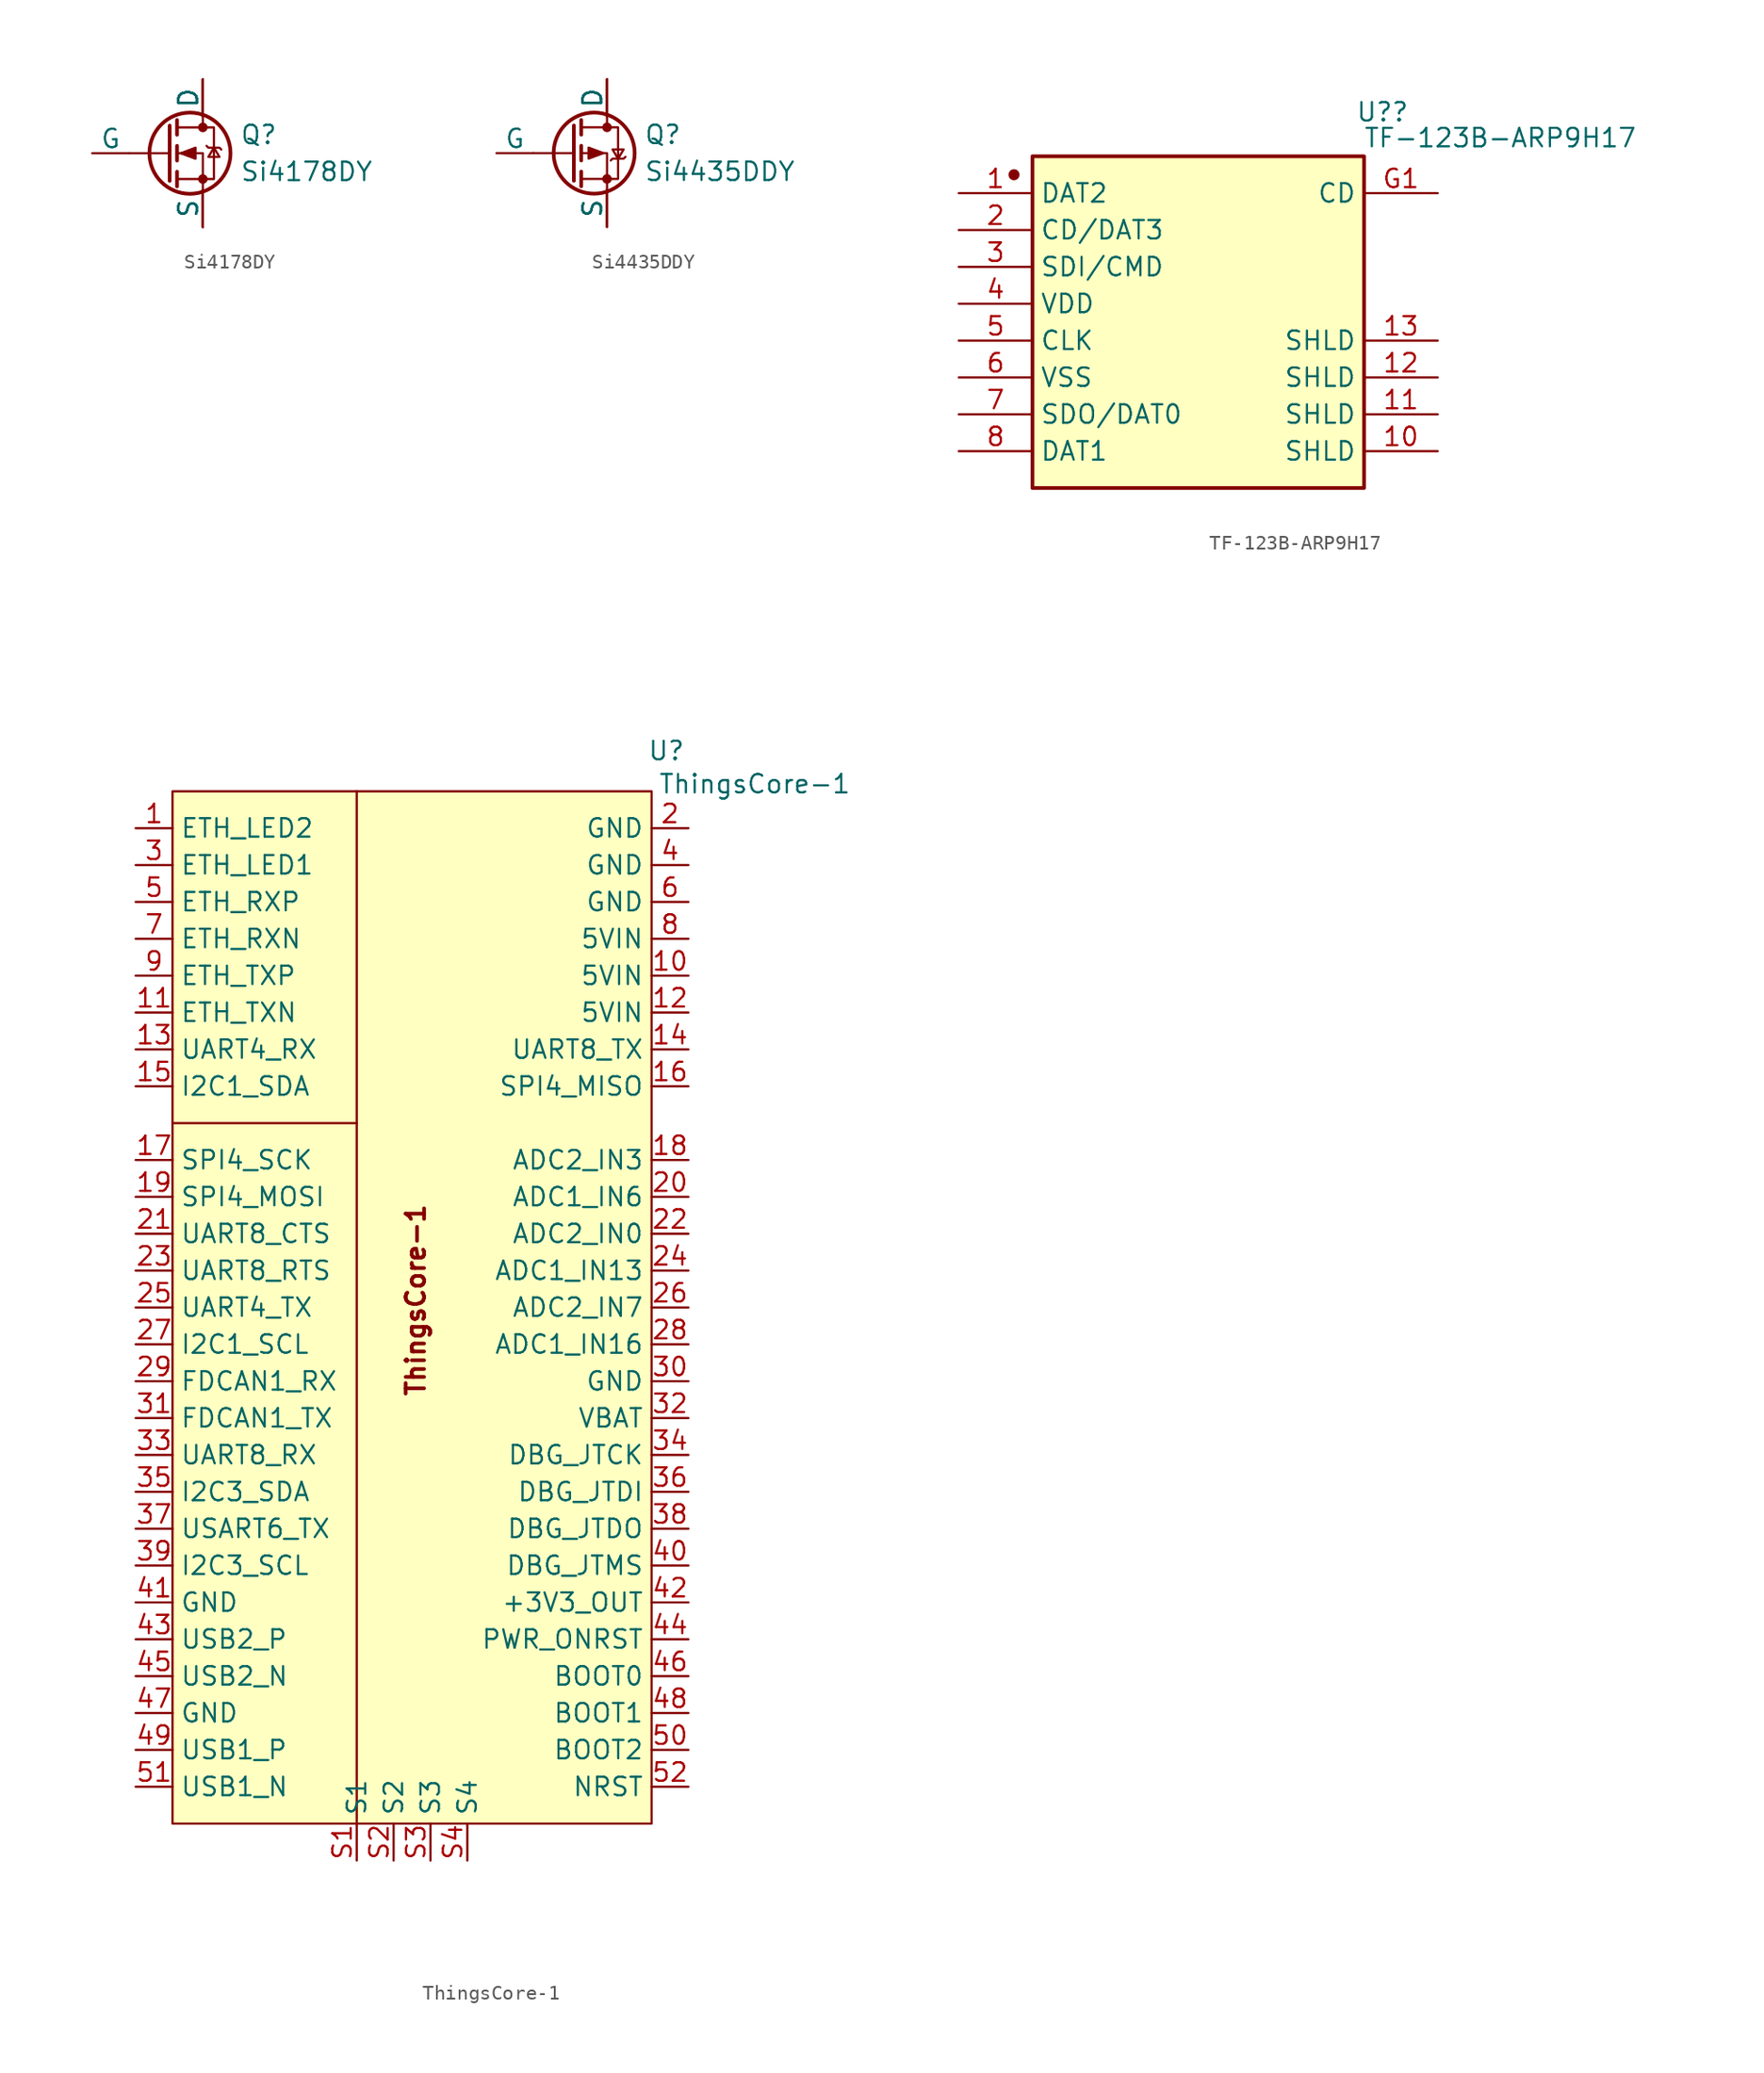
<source format=kicad_sym>
(kicad_symbol_lib
  (version 20241209)
  (generator "kicad_symbol_editor")
  (generator_version "9.0")
  (symbol "Si4178DY"
    (pin_numbers
      (hide yes))
    (pin_names
      (offset 0))
    (property "Reference" "Q"
      (at 5.08 1.27 0)
      (effects (font (size 1.27 1.27)) (justify left)))
    (property "Value" "Si4178DY"
      (at 5.08 -1.27 0)
      (effects (font (size 1.27 1.27)) (justify left)))
    (symbol "Si4178DY_0_1"
      (polyline (pts (xy 0.254 1.905) (xy 0.254 -1.905)) (stroke (width 0.254) (type default)) (fill (type none)))
      (polyline (pts (xy 0.254 0) (xy -2.54 0)) (stroke (width 0) (type default)) (fill (type none)))
      (polyline (pts (xy 0.762 2.286) (xy 0.762 1.27)) (stroke (width 0.254) (type default)) (fill (type none)))
      (polyline (pts (xy 0.762 0.508) (xy 0.762 -0.508)) (stroke (width 0.254) (type default)) (fill (type none)))
      (polyline (pts (xy 0.762 -1.27) (xy 0.762 -2.286)) (stroke (width 0.254) (type default)) (fill (type none)))
      (polyline (pts (xy 0.762 -1.778) (xy 3.302 -1.778) (xy 3.302 1.778) (xy 0.762 1.778)) (stroke (width 0) (type default)) (fill (type none)))
      (polyline (pts (xy 1.016 0) (xy 2.032 0.381) (xy 2.032 -0.381) (xy 1.016 0)) (stroke (width 0) (type default)) (fill (type outline)))
      (circle (center 1.651 0) (radius 2.794) (stroke (width 0.254) (type default)) (fill (type none)))
      (polyline (pts (xy 2.54 2.54) (xy 2.54 1.778)) (stroke (width 0) (type default)) (fill (type none)))
      (circle (center 2.54 1.778) (radius 0.254) (stroke (width 0) (type default)) (fill (type outline)))
      (circle (center 2.54 -1.778) (radius 0.254) (stroke (width 0) (type default)) (fill (type outline)))
      (polyline (pts (xy 2.54 -2.54) (xy 2.54 0) (xy 0.762 0)) (stroke (width 0) (type default)) (fill (type none)))
      (polyline (pts (xy 2.794 0.508) (xy 2.921 0.381) (xy 3.683 0.381) (xy 3.81 0.254)) (stroke (width 0) (type default)) (fill (type none)))
      (polyline (pts (xy 3.302 0.381) (xy 2.921 -0.254) (xy 3.683 -0.254) (xy 3.302 0.381)) (stroke (width 0) (type default)) (fill (type none))))
    (symbol "Si4178DY_1_1"
      (pin input line (at -5.08 0 0) (length 2.54) (name "G" (effects (font (size 1.27 1.27)))) (number "4" (effects (font (size 1.27 1.27)))))
      (pin passive line (at 2.54 5.08 270) (length 2.54) (name "D" (effects (font (size 1.27 1.27)))) (number "5" (effects (font (size 1.27 1.27)))))
      (pin passive line (at 2.54 5.08 270) (length 2.54) (name "D" (effects (font (size 1.27 1.27)))) (number "6" (effects (font (size 1.27 1.27)))))
      (pin passive line (at 2.54 5.08 270) (length 2.54) (name "D" (effects (font (size 1.27 1.27)))) (number "7" (effects (font (size 1.27 1.27)))))
      (pin passive line (at 2.54 5.08 270) (length 2.54) (name "D" (effects (font (size 1.27 1.27)))) (number "8" (effects (font (size 1.27 1.27)))))
      (pin passive line (at 2.54 -5.08 90) (length 2.54) (name "S" (effects (font (size 1.27 1.27)))) (number "1" (effects (font (size 1.27 1.27)))))
      (pin passive line (at 2.54 -5.08 90) (length 2.54) (name "S" (effects (font (size 1.27 1.27)))) (number "2" (effects (font (size 1.27 1.27)))))
      (pin passive line (at 2.54 -5.08 90) (length 2.54) (name "S" (effects (font (size 1.27 1.27)))) (number "3" (effects (font (size 1.27 1.27)))))))
  (symbol "Si4435DDY"
    (pin_numbers
      (hide yes))
    (pin_names
      (offset 0))
    (property "Reference" "Q"
      (at 5.08 1.27 0)
      (effects (font (size 1.27 1.27)) (justify left)))
    (property "Value" "Si4435DDY"
      (at 5.08 -1.27 0)
      (effects (font (size 1.27 1.27)) (justify left)))
    (symbol "Si4435DDY_0_1"
      (polyline (pts (xy 0.254 1.905) (xy 0.254 -1.905)) (stroke (width 0.254) (type default)) (fill (type none)))
      (polyline (pts (xy 0.254 0) (xy -2.54 0)) (stroke (width 0) (type default)) (fill (type none)))
      (polyline (pts (xy 0.762 2.286) (xy 0.762 1.27)) (stroke (width 0.254) (type default)) (fill (type none)))
      (polyline (pts (xy 0.762 1.778) (xy 3.302 1.778) (xy 3.302 -1.778) (xy 0.762 -1.778)) (stroke (width 0) (type default)) (fill (type none)))
      (polyline (pts (xy 0.762 0.508) (xy 0.762 -0.508)) (stroke (width 0.254) (type default)) (fill (type none)))
      (polyline (pts (xy 0.762 -1.27) (xy 0.762 -2.286)) (stroke (width 0.254) (type default)) (fill (type none)))
      (circle (center 1.651 0) (radius 2.794) (stroke (width 0.254) (type default)) (fill (type none)))
      (polyline (pts (xy 2.286 0) (xy 1.27 0.381) (xy 1.27 -0.381) (xy 2.286 0)) (stroke (width 0) (type default)) (fill (type outline)))
      (polyline (pts (xy 2.54 2.54) (xy 2.54 1.778)) (stroke (width 0) (type default)) (fill (type none)))
      (circle (center 2.54 1.778) (radius 0.254) (stroke (width 0) (type default)) (fill (type outline)))
      (circle (center 2.54 -1.778) (radius 0.254) (stroke (width 0) (type default)) (fill (type outline)))
      (polyline (pts (xy 2.54 -2.54) (xy 2.54 0) (xy 0.762 0)) (stroke (width 0) (type default)) (fill (type none)))
      (polyline (pts (xy 2.794 -0.508) (xy 2.921 -0.381) (xy 3.683 -0.381) (xy 3.81 -0.254)) (stroke (width 0) (type default)) (fill (type none)))
      (polyline (pts (xy 3.302 -0.381) (xy 2.921 0.254) (xy 3.683 0.254) (xy 3.302 -0.381)) (stroke (width 0) (type default)) (fill (type none))))
    (symbol "Si4435DDY_1_1"
      (pin input line (at -5.08 0 0) (length 2.54) (name "G" (effects (font (size 1.27 1.27)))) (number "4" (effects (font (size 1.27 1.27)))))
      (pin passive line (at 2.54 5.08 270) (length 2.54) (name "D" (effects (font (size 1.27 1.27)))) (number "5" (effects (font (size 1.27 1.27)))))
      (pin passive line (at 2.54 5.08 270) (length 2.54) (name "D" (effects (font (size 1.27 1.27)))) (number "6" (effects (font (size 1.27 1.27)))))
      (pin passive line (at 2.54 5.08 270) (length 2.54) (name "D" (effects (font (size 1.27 1.27)))) (number "7" (effects (font (size 1.27 1.27)))))
      (pin passive line (at 2.54 5.08 270) (length 2.54) (name "D" (effects (font (size 1.27 1.27)))) (number "8" (effects (font (size 1.27 1.27)))))
      (pin passive line (at 2.54 -5.08 90) (length 2.54) (name "S" (effects (font (size 1.27 1.27)))) (number "1" (effects (font (size 1.27 1.27)))))
      (pin passive line (at 2.54 -5.08 90) (length 2.54) (name "S" (effects (font (size 1.27 1.27)))) (number "2" (effects (font (size 1.27 1.27)))))
      (pin passive line (at 2.54 -5.08 90) (length 2.54) (name "S" (effects (font (size 1.27 1.27)))) (number "3" (effects (font (size 1.27 1.27)))))))
  (symbol "TF-123B-ARP9H17"
    (property "Reference" "U?"
      (at 12.7 25.908 0)
      (effects (font (size 1.27 1.27))))
    (property "Value" "TF-123B-ARP9H17"
      (at 20.828 24.13 0)
      (effects (font (size 1.27 1.27))))
    (symbol "TF-123B-ARP9H17_0_0"
      (circle (center -12.7 21.59) (radius 0.254) (stroke (width 0.254) (type solid)) (fill (type outline)))
      (pin unspecified line (at -16.51 20.32 0) (length 5.08) (name "DAT2" (effects (font (size 1.27 1.27)))) (number "1" (effects (font (size 1.27 1.27)))))
      (pin unspecified line (at -16.51 17.78 0) (length 5.08) (name "CD/DAT3" (effects (font (size 1.27 1.27)))) (number "2" (effects (font (size 1.27 1.27)))))
      (pin unspecified line (at -16.51 12.7 0) (length 5.08) (name "VDD" (effects (font (size 1.27 1.27)))) (number "4" (effects (font (size 1.27 1.27)))))
      (pin unspecified line (at -16.51 10.16 0) (length 5.08) (name "CLK" (effects (font (size 1.27 1.27)))) (number "5" (effects (font (size 1.27 1.27)))))
      (pin unspecified line (at -16.51 7.62 0) (length 5.08) (name "VSS" (effects (font (size 1.27 1.27)))) (number "6" (effects (font (size 1.27 1.27)))))
      (pin unspecified line (at -16.51 2.54 0) (length 5.08) (name "DAT1" (effects (font (size 1.27 1.27)))) (number "8" (effects (font (size 1.27 1.27)))))
      (pin unspecified line (at 16.51 7.62 180) (length 5.08) (name "SHLD" (effects (font (size 1.27 1.27)))) (number "12" (effects (font (size 1.27 1.27)))))
      (pin unspecified line (at 16.51 5.08 180) (length 5.08) (name "SHLD" (effects (font (size 1.27 1.27)))) (number "11" (effects (font (size 1.27 1.27)))))
      (pin unspecified line (at 16.51 2.54 180) (length 5.08) (name "SHLD" (effects (font (size 1.27 1.27)))) (number "10" (effects (font (size 1.27 1.27))))))
    (symbol "TF-123B-ARP9H17_1_0"
      (rectangle (start -11.43 22.86) (end 11.43 0) (stroke (width 0.254) (type solid)) (fill (type background)))
      (pin unspecified line (at -16.51 15.24 0) (length 5.08) (name "SDI/CMD" (effects (font (size 1.27 1.27)))) (number "3" (effects (font (size 1.27 1.27)))))
      (pin unspecified line (at -16.51 5.08 0) (length 5.08) (name "SDO/DAT0" (effects (font (size 1.27 1.27)))) (number "7" (effects (font (size 1.27 1.27)))))
      (pin unspecified line (at 16.51 20.32 180) (length 5.08) (name "CD" (effects (font (size 1.27 1.27)))) (number "G1" (effects (font (size 1.27 1.27)))))
      (pin unspecified line (at 16.51 10.16 180) (length 5.08) (name "SHLD" (effects (font (size 1.27 1.27)))) (number "13" (effects (font (size 1.27 1.27)))))))
  (symbol "ThingsCore-1"
    (property "Reference" "U"
      (at 17.526 72.644 0)
      (effects (font (size 1.27 1.27))))
    (property "Value" "ThingsCore-1"
      (at 23.622 70.358 0)
      (effects (font (size 1.27 1.27))))
    (symbol "ThingsCore-1_0_0"
      (pin bidirectional line (at -19.05 62.23 0) (length 2.54) (name "ETH_RXP" (effects (font (size 1.27 1.27)))) (number "5" (effects (font (size 1.27 1.27)))))
      (pin bidirectional line (at -19.05 57.15 0) (length 2.54) (name "ETH_TXP" (effects (font (size 1.27 1.27)))) (number "9" (effects (font (size 1.27 1.27)))))
      (pin bidirectional line (at -19.05 54.61 0) (length 2.54) (name "ETH_TXN" (effects (font (size 1.27 1.27)))) (number "11" (effects (font (size 1.27 1.27)))))
      (pin bidirectional line (at -19.05 52.07 0) (length 2.54) (name "UART4_RX" (effects (font (size 1.27 1.27)))) (number "13" (effects (font (size 1.27 1.27)))))
      (pin bidirectional line (at -19.05 39.37 0) (length 2.54) (name "UART8_CTS" (effects (font (size 1.27 1.27)))) (number "21" (effects (font (size 1.27 1.27)))))
      (pin bidirectional line (at -19.05 36.83 0) (length 2.54) (name "UART8_RTS" (effects (font (size 1.27 1.27)))) (number "23" (effects (font (size 1.27 1.27)))))
      (pin bidirectional line (at -19.05 34.29 0) (length 2.54) (name "UART4_TX" (effects (font (size 1.27 1.27)))) (number "25" (effects (font (size 1.27 1.27)))))
      (pin bidirectional line (at -19.05 31.75 0) (length 2.54) (name "I2C1_SCL" (effects (font (size 1.27 1.27)))) (number "27" (effects (font (size 1.27 1.27)))))
      (pin bidirectional line (at -19.05 29.21 0) (length 2.54) (name "FDCAN1_RX" (effects (font (size 1.27 1.27)))) (number "29" (effects (font (size 1.27 1.27)))))
      (pin bidirectional line (at -19.05 26.67 0) (length 2.54) (name "FDCAN1_TX" (effects (font (size 1.27 1.27)))) (number "31" (effects (font (size 1.27 1.27)))))
      (pin bidirectional line (at -19.05 24.13 0) (length 2.54) (name "UART8_RX" (effects (font (size 1.27 1.27)))) (number "33" (effects (font (size 1.27 1.27)))))
      (pin bidirectional line (at -19.05 21.59 0) (length 2.54) (name "I2C3_SDA" (effects (font (size 1.27 1.27)))) (number "35" (effects (font (size 1.27 1.27)))))
      (pin bidirectional line (at -19.05 19.05 0) (length 2.54) (name "USART6_TX" (effects (font (size 1.27 1.27)))) (number "37" (effects (font (size 1.27 1.27)))))
      (pin bidirectional line (at -19.05 16.51 0) (length 2.54) (name "I2C3_SCL" (effects (font (size 1.27 1.27)))) (number "39" (effects (font (size 1.27 1.27)))))
      (pin bidirectional line (at -19.05 13.97 0) (length 2.54) (name "GND" (effects (font (size 1.27 1.27)))) (number "41" (effects (font (size 1.27 1.27)))))
      (pin bidirectional line (at -19.05 11.43 0) (length 2.54) (name "USB2_P" (effects (font (size 1.27 1.27)))) (number "43" (effects (font (size 1.27 1.27)))))
      (pin bidirectional line (at -19.05 8.89 0) (length 2.54) (name "USB2_N" (effects (font (size 1.27 1.27)))) (number "45" (effects (font (size 1.27 1.27)))))
      (pin bidirectional line (at -19.05 6.35 0) (length 2.54) (name "GND" (effects (font (size 1.27 1.27)))) (number "47" (effects (font (size 1.27 1.27)))))
      (pin bidirectional line (at -19.05 3.81 0) (length 2.54) (name "USB1_P" (effects (font (size 1.27 1.27)))) (number "49" (effects (font (size 1.27 1.27)))))
      (pin bidirectional line (at -19.05 1.27 0) (length 2.54) (name "USB1_N" (effects (font (size 1.27 1.27)))) (number "51" (effects (font (size 1.27 1.27)))))
      (pin bidirectional line (at 19.05 64.77 180) (length 2.54) (name "GND" (effects (font (size 1.27 1.27)))) (number "4" (effects (font (size 1.27 1.27)))))
      (pin bidirectional line (at 19.05 62.23 180) (length 2.54) (name "GND" (effects (font (size 1.27 1.27)))) (number "6" (effects (font (size 1.27 1.27)))))
      (pin bidirectional line (at 19.05 59.69 180) (length 2.54) (name "5VIN" (effects (font (size 1.27 1.27)))) (number "8" (effects (font (size 1.27 1.27)))))
      (pin bidirectional line (at 19.05 57.15 180) (length 2.54) (name "5VIN" (effects (font (size 1.27 1.27)))) (number "10" (effects (font (size 1.27 1.27)))))
      (pin bidirectional line (at 19.05 54.61 180) (length 2.54) (name "5VIN" (effects (font (size 1.27 1.27)))) (number "12" (effects (font (size 1.27 1.27)))))
      (pin bidirectional line (at 19.05 52.07 180) (length 2.54) (name "UART8_TX" (effects (font (size 1.27 1.27)))) (number "14" (effects (font (size 1.27 1.27)))))
      (pin bidirectional line (at 19.05 49.53 180) (length 2.54) (name "SPI4_MISO" (effects (font (size 1.27 1.27)))) (number "16" (effects (font (size 1.27 1.27)))))
      (pin bidirectional line (at 19.05 44.45 180) (length 2.54) (name "ADC2_IN3" (effects (font (size 1.27 1.27)))) (number "18" (effects (font (size 1.27 1.27)))))
      (pin bidirectional line (at 19.05 41.91 180) (length 2.54) (name "ADC1_IN6" (effects (font (size 1.27 1.27)))) (number "20" (effects (font (size 1.27 1.27)))))
      (pin bidirectional line (at 19.05 39.37 180) (length 2.54) (name "ADC2_IN0" (effects (font (size 1.27 1.27)))) (number "22" (effects (font (size 1.27 1.27)))))
      (pin bidirectional line (at 19.05 36.83 180) (length 2.54) (name "ADC1_IN13" (effects (font (size 1.27 1.27)))) (number "24" (effects (font (size 1.27 1.27)))))
      (pin bidirectional line (at 19.05 34.29 180) (length 2.54) (name "ADC2_IN7" (effects (font (size 1.27 1.27)))) (number "26" (effects (font (size 1.27 1.27)))))
      (pin bidirectional line (at 19.05 31.75 180) (length 2.54) (name "ADC1_IN16" (effects (font (size 1.27 1.27)))) (number "28" (effects (font (size 1.27 1.27)))))
      (pin bidirectional line (at 19.05 29.21 180) (length 2.54) (name "GND" (effects (font (size 1.27 1.27)))) (number "30" (effects (font (size 1.27 1.27)))))
      (pin bidirectional line (at 19.05 26.67 180) (length 2.54) (name "VBAT" (effects (font (size 1.27 1.27)))) (number "32" (effects (font (size 1.27 1.27)))))
      (pin bidirectional line (at 19.05 24.13 180) (length 2.54) (name "DBG_JTCK" (effects (font (size 1.27 1.27)))) (number "34" (effects (font (size 1.27 1.27)))))
      (pin bidirectional line (at 19.05 21.59 180) (length 2.54) (name "DBG_JTDI" (effects (font (size 1.27 1.27)))) (number "36" (effects (font (size 1.27 1.27)))))
      (pin bidirectional line (at 19.05 19.05 180) (length 2.54) (name "DBG_JTDO" (effects (font (size 1.27 1.27)))) (number "38" (effects (font (size 1.27 1.27)))))
      (pin bidirectional line (at 19.05 16.51 180) (length 2.54) (name "DBG_JTMS" (effects (font (size 1.27 1.27)))) (number "40" (effects (font (size 1.27 1.27)))))
      (pin bidirectional line (at 19.05 13.97 180) (length 2.54) (name "+3V3_OUT" (effects (font (size 1.27 1.27)))) (number "42" (effects (font (size 1.27 1.27)))))
      (pin bidirectional line (at 19.05 11.43 180) (length 2.54) (name "PWR_ONRST" (effects (font (size 1.27 1.27)))) (number "44" (effects (font (size 1.27 1.27)))))
      (pin bidirectional line (at 19.05 8.89 180) (length 2.54) (name "BOOT0" (effects (font (size 1.27 1.27)))) (number "46" (effects (font (size 1.27 1.27)))))
      (pin bidirectional line (at 19.05 6.35 180) (length 2.54) (name "BOOT1" (effects (font (size 1.27 1.27)))) (number "48" (effects (font (size 1.27 1.27)))))
      (pin bidirectional line (at 19.05 3.81 180) (length 2.54) (name "BOOT2" (effects (font (size 1.27 1.27)))) (number "50" (effects (font (size 1.27 1.27)))))
      (pin bidirectional line (at 19.05 1.27 180) (length 2.54) (name "NRST" (effects (font (size 1.27 1.27)))) (number "52" (effects (font (size 1.27 1.27))))))
    (symbol "ThingsCore-1_0_1"
      (polyline (pts (xy -3.81 46.99) (xy -16.51 46.99)) (stroke (width 0) (type default)) (fill (type none)))
      (polyline (pts (xy -3.81 -1.27) (xy -3.81 69.85)) (stroke (width 0) (type default)) (fill (type none))))
    (symbol "ThingsCore-1_1_0"
      (pin bidirectional line (at -19.05 67.31 0) (length 2.54) (name "ETH_LED2" (effects (font (size 1.27 1.27)))) (number "1" (effects (font (size 1.27 1.27)))))
      (pin bidirectional line (at -19.05 64.77 0) (length 2.54) (name "ETH_LED1" (effects (font (size 1.27 1.27)))) (number "3" (effects (font (size 1.27 1.27)))))
      (pin bidirectional line (at -19.05 59.69 0) (length 2.54) (name "ETH_RXN" (effects (font (size 1.27 1.27)))) (number "7" (effects (font (size 1.27 1.27)))))
      (pin bidirectional line (at -19.05 49.53 0) (length 2.54) (name "I2C1_SDA" (effects (font (size 1.27 1.27)))) (number "15" (effects (font (size 1.27 1.27)))))
      (pin bidirectional line (at -19.05 44.45 0) (length 2.54) (name "SPI4_SCK" (effects (font (size 1.27 1.27)))) (number "17" (effects (font (size 1.27 1.27)))))
      (pin bidirectional line (at -19.05 41.91 0) (length 2.54) (name "SPI4_MOSI" (effects (font (size 1.27 1.27)))) (number "19" (effects (font (size 1.27 1.27)))))
      (pin bidirectional line (at -3.81 -3.81 90) (length 2.54) (name "S1" (effects (font (size 1.27 1.27)))) (number "S1" (effects (font (size 1.27 1.27)))))
      (pin bidirectional line (at -1.27 -3.81 90) (length 2.54) (name "S2" (effects (font (size 1.27 1.27)))) (number "S2" (effects (font (size 1.27 1.27)))))
      (pin bidirectional line (at 1.27 -3.81 90) (length 2.54) (name "S3" (effects (font (size 1.27 1.27)))) (number "S3" (effects (font (size 1.27 1.27)))))
      (pin bidirectional line (at 3.81 -3.81 90) (length 2.54) (name "S4" (effects (font (size 1.27 1.27)))) (number "S4" (effects (font (size 1.27 1.27)))))
      (pin bidirectional line (at 19.05 67.31 180) (length 2.54) (name "GND" (effects (font (size 1.27 1.27)))) (number "2" (effects (font (size 1.27 1.27))))))
    (symbol "ThingsCore-1_1_1"
      (rectangle (start -16.51 69.85) (end 16.51 -1.27) (stroke (width 0) (type solid)) (fill (type background)))
      (text "ThingsCore-1\n" (at 0.254 34.798 900) (effects (font (size 1.27 1.27) (thickness 0.254) (bold yes)))))))
</source>
